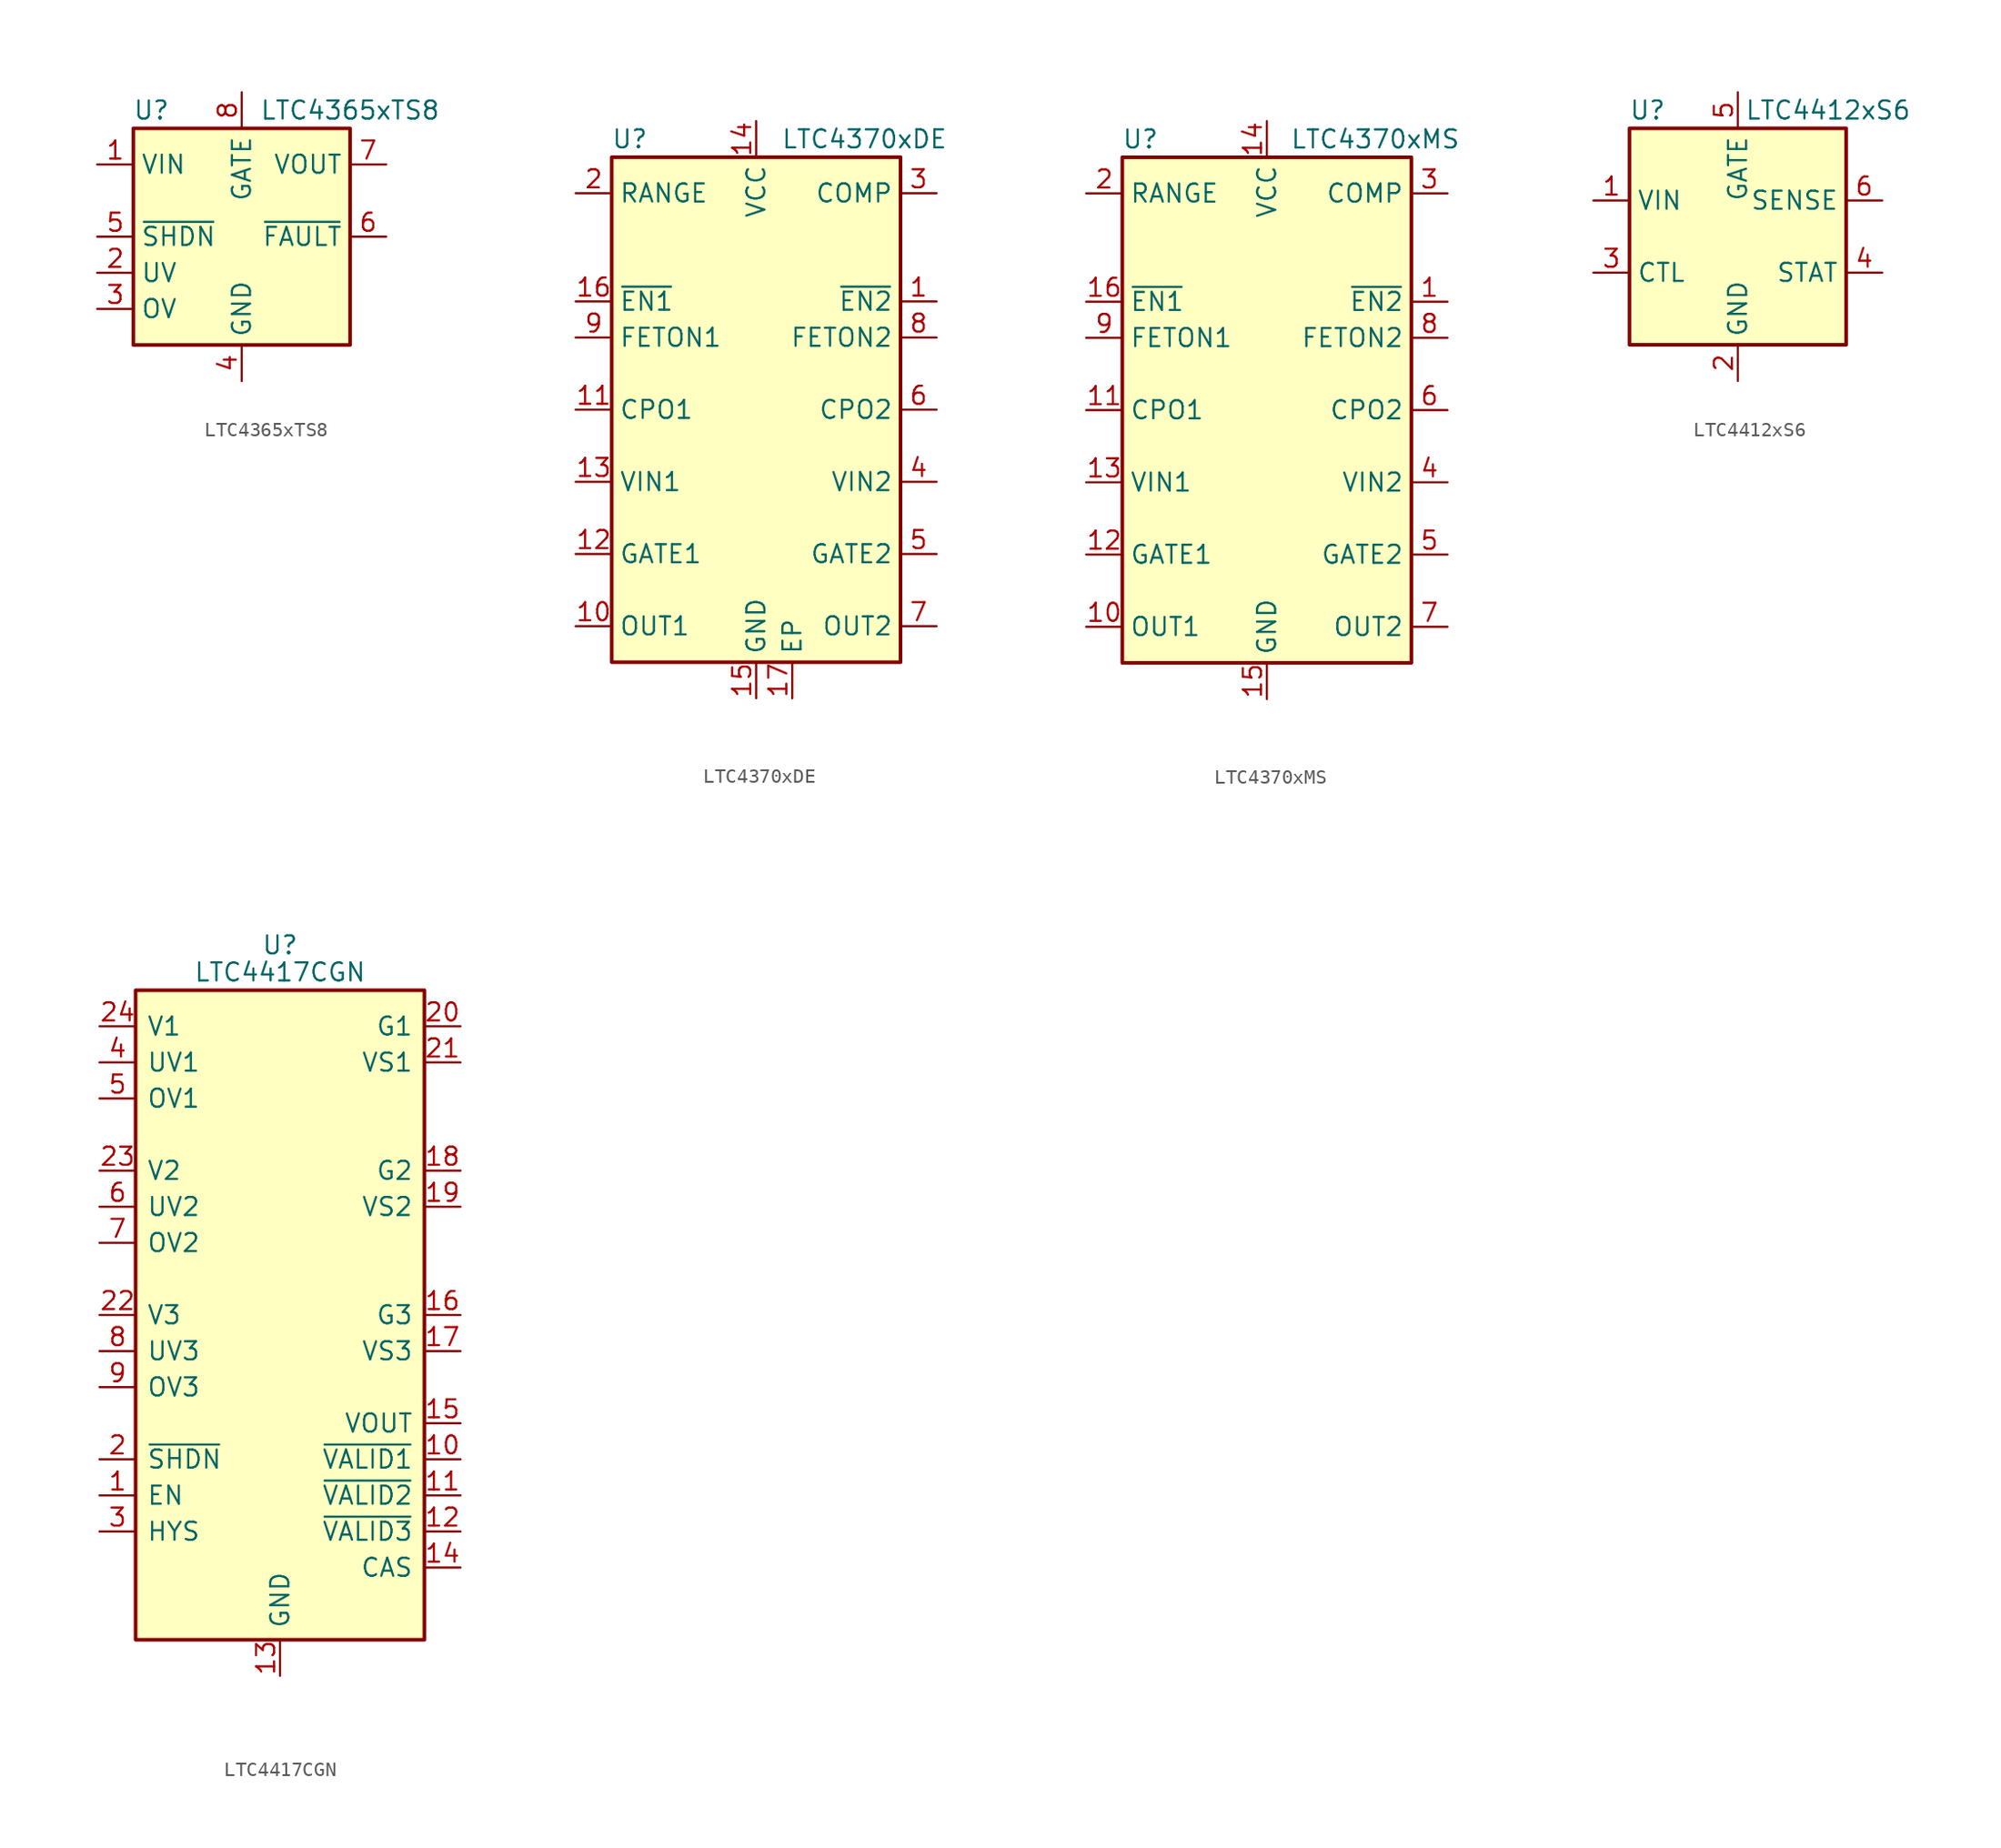
<source format=kicad_sym>
(kicad_symbol_lib
  (version 20201005)
  (generator kicad_symbol_editor)
  (symbol "Power_Management:LTC4365xTS8"
    (property "Reference" "U"
      (at -6.35 8.89 0)
      (effects (font (size 1.27 1.27))))
    (property "Value" "LTC4365xTS8"
      (at 7.62 8.89 0)
      (effects (font (size 1.27 1.27))))
    (symbol "LTC4365xTS8_0_1"
      (rectangle (start -7.62 7.62) (end 7.62 -7.62) (stroke (width 0.254)) (fill (type background))))
    (symbol "LTC4365xTS8_1_1"
      (pin power_in line (at -10.16 5.08 0) (length 2.54) (name "VIN" (effects (font (size 1.27 1.27)))) (number "1" (effects (font (size 1.27 1.27)))))
      (pin input line (at -10.16 -2.54 0) (length 2.54) (name "UV" (effects (font (size 1.27 1.27)))) (number "2" (effects (font (size 1.27 1.27)))))
      (pin input line (at -10.16 -5.08 0) (length 2.54) (name "OV" (effects (font (size 1.27 1.27)))) (number "3" (effects (font (size 1.27 1.27)))))
      (pin power_in line (at 0 -10.16 90) (length 2.54) (name "GND" (effects (font (size 1.27 1.27)))) (number "4" (effects (font (size 1.27 1.27)))))
      (pin input line (at -10.16 0 0) (length 2.54) (name "~SHDN" (effects (font (size 1.27 1.27)))) (number "5" (effects (font (size 1.27 1.27)))))
      (pin open_collector line (at 10.16 0 180) (length 2.54) (name "~FAULT" (effects (font (size 1.27 1.27)))) (number "6" (effects (font (size 1.27 1.27)))))
      (pin input line (at 10.16 5.08 180) (length 2.54) (name "VOUT" (effects (font (size 1.27 1.27)))) (number "7" (effects (font (size 1.27 1.27)))))
      (pin output line (at 0 10.16 270) (length 2.54) (name "GATE" (effects (font (size 1.27 1.27)))) (number "8" (effects (font (size 1.27 1.27)))))))
  (symbol "Power_Management:LTC4370xDE"
    (property "Reference" "U"
      (at -8.89 19.05 0)
      (effects (font (size 1.27 1.27))))
    (property "Value" "LTC4370xDE"
      (at 7.62 19.05 0)
      (effects (font (size 1.27 1.27))))
    (symbol "LTC4370xDE_0_1"
      (rectangle (start -10.16 17.78) (end 10.16 -17.78) (stroke (width 0.254)) (fill (type background))))
    (symbol "LTC4370xDE_1_1"
      (pin input line (at 12.7 7.62 180) (length 2.54) (name "~EN2" (effects (font (size 1.27 1.27)))) (number "1" (effects (font (size 1.27 1.27)))))
      (pin input line (at -12.7 -15.24 0) (length 2.54) (name "OUT1" (effects (font (size 1.27 1.27)))) (number "10" (effects (font (size 1.27 1.27)))))
      (pin passive line (at -12.7 0 0) (length 2.54) (name "CPO1" (effects (font (size 1.27 1.27)))) (number "11" (effects (font (size 1.27 1.27)))))
      (pin output line (at -12.7 -10.16 0) (length 2.54) (name "GATE1" (effects (font (size 1.27 1.27)))) (number "12" (effects (font (size 1.27 1.27)))))
      (pin power_in line (at -12.7 -5.08 0) (length 2.54) (name "VIN1" (effects (font (size 1.27 1.27)))) (number "13" (effects (font (size 1.27 1.27)))))
      (pin power_in line (at 0 20.32 270) (length 2.54) (name "VCC" (effects (font (size 1.27 1.27)))) (number "14" (effects (font (size 1.27 1.27)))))
      (pin power_in line (at 0 -20.32 90) (length 2.54) (name "GND" (effects (font (size 1.27 1.27)))) (number "15" (effects (font (size 1.27 1.27)))))
      (pin input line (at -12.7 7.62 0) (length 2.54) (name "~EN1" (effects (font (size 1.27 1.27)))) (number "16" (effects (font (size 1.27 1.27)))))
      (pin passive line (at 2.54 -20.32 90) (length 2.54) (name "EP" (effects (font (size 1.27 1.27)))) (number "17" (effects (font (size 1.27 1.27)))))
      (pin passive line (at -12.7 15.24 0) (length 2.54) (name "RANGE" (effects (font (size 1.27 1.27)))) (number "2" (effects (font (size 1.27 1.27)))))
      (pin passive line (at 12.7 15.24 180) (length 2.54) (name "COMP" (effects (font (size 1.27 1.27)))) (number "3" (effects (font (size 1.27 1.27)))))
      (pin power_in line (at 12.7 -5.08 180) (length 2.54) (name "VIN2" (effects (font (size 1.27 1.27)))) (number "4" (effects (font (size 1.27 1.27)))))
      (pin output line (at 12.7 -10.16 180) (length 2.54) (name "GATE2" (effects (font (size 1.27 1.27)))) (number "5" (effects (font (size 1.27 1.27)))))
      (pin passive line (at 12.7 0 180) (length 2.54) (name "CPO2" (effects (font (size 1.27 1.27)))) (number "6" (effects (font (size 1.27 1.27)))))
      (pin input line (at 12.7 -15.24 180) (length 2.54) (name "OUT2" (effects (font (size 1.27 1.27)))) (number "7" (effects (font (size 1.27 1.27)))))
      (pin open_collector line (at 12.7 5.08 180) (length 2.54) (name "FETON2" (effects (font (size 1.27 1.27)))) (number "8" (effects (font (size 1.27 1.27)))))
      (pin open_collector line (at -12.7 5.08 0) (length 2.54) (name "FETON1" (effects (font (size 1.27 1.27)))) (number "9" (effects (font (size 1.27 1.27)))))))
  (symbol "Power_Management:LTC4370xMS"
    (property "Reference" "U"
      (at -8.89 19.05 0)
      (effects (font (size 1.27 1.27))))
    (property "Value" "LTC4370xMS"
      (at 7.62 19.05 0)
      (effects (font (size 1.27 1.27))))
    (symbol "LTC4370xMS_1_1"
      (rectangle (start -10.16 17.78) (end 10.16 -17.78) (stroke (width 0.254)) (fill (type background)))
      (pin input line (at 12.7 7.62 180) (length 2.54) (name "~EN2" (effects (font (size 1.27 1.27)))) (number "1" (effects (font (size 1.27 1.27)))))
      (pin input line (at -12.7 -15.24 0) (length 2.54) (name "OUT1" (effects (font (size 1.27 1.27)))) (number "10" (effects (font (size 1.27 1.27)))))
      (pin passive line (at -12.7 0 0) (length 2.54) (name "CPO1" (effects (font (size 1.27 1.27)))) (number "11" (effects (font (size 1.27 1.27)))))
      (pin output line (at -12.7 -10.16 0) (length 2.54) (name "GATE1" (effects (font (size 1.27 1.27)))) (number "12" (effects (font (size 1.27 1.27)))))
      (pin power_in line (at -12.7 -5.08 0) (length 2.54) (name "VIN1" (effects (font (size 1.27 1.27)))) (number "13" (effects (font (size 1.27 1.27)))))
      (pin power_in line (at 0 20.32 270) (length 2.54) (name "VCC" (effects (font (size 1.27 1.27)))) (number "14" (effects (font (size 1.27 1.27)))))
      (pin power_in line (at 0 -20.32 90) (length 2.54) (name "GND" (effects (font (size 1.27 1.27)))) (number "15" (effects (font (size 1.27 1.27)))))
      (pin input line (at -12.7 7.62 0) (length 2.54) (name "~EN1" (effects (font (size 1.27 1.27)))) (number "16" (effects (font (size 1.27 1.27)))))
      (pin passive line (at -12.7 15.24 0) (length 2.54) (name "RANGE" (effects (font (size 1.27 1.27)))) (number "2" (effects (font (size 1.27 1.27)))))
      (pin passive line (at 12.7 15.24 180) (length 2.54) (name "COMP" (effects (font (size 1.27 1.27)))) (number "3" (effects (font (size 1.27 1.27)))))
      (pin power_in line (at 12.7 -5.08 180) (length 2.54) (name "VIN2" (effects (font (size 1.27 1.27)))) (number "4" (effects (font (size 1.27 1.27)))))
      (pin output line (at 12.7 -10.16 180) (length 2.54) (name "GATE2" (effects (font (size 1.27 1.27)))) (number "5" (effects (font (size 1.27 1.27)))))
      (pin passive line (at 12.7 0 180) (length 2.54) (name "CPO2" (effects (font (size 1.27 1.27)))) (number "6" (effects (font (size 1.27 1.27)))))
      (pin input line (at 12.7 -15.24 180) (length 2.54) (name "OUT2" (effects (font (size 1.27 1.27)))) (number "7" (effects (font (size 1.27 1.27)))))
      (pin open_collector line (at 12.7 5.08 180) (length 2.54) (name "FETON2" (effects (font (size 1.27 1.27)))) (number "8" (effects (font (size 1.27 1.27)))))
      (pin open_collector line (at -12.7 5.08 0) (length 2.54) (name "FETON1" (effects (font (size 1.27 1.27)))) (number "9" (effects (font (size 1.27 1.27)))))))
  (symbol "Power_Management:LTC4412xS6"
    (property "Reference" "U"
      (at -6.35 8.89 0)
      (effects (font (size 1.27 1.27))))
    (property "Value" "LTC4412xS6"
      (at 6.35 8.89 0)
      (effects (font (size 1.27 1.27))))
    (symbol "LTC4412xS6_0_1"
      (rectangle (start -7.62 7.62) (end 7.62 -7.62) (stroke (width 0.254)) (fill (type background))))
    (symbol "LTC4412xS6_1_1"
      (pin power_in line (at -10.16 2.54 0) (length 2.54) (name "VIN" (effects (font (size 1.27 1.27)))) (number "1" (effects (font (size 1.27 1.27)))))
      (pin power_in line (at 0 -10.16 90) (length 2.54) (name "GND" (effects (font (size 1.27 1.27)))) (number "2" (effects (font (size 1.27 1.27)))))
      (pin input line (at -10.16 -2.54 0) (length 2.54) (name "CTL" (effects (font (size 1.27 1.27)))) (number "3" (effects (font (size 1.27 1.27)))))
      (pin open_collector line (at 10.16 -2.54 180) (length 2.54) (name "STAT" (effects (font (size 1.27 1.27)))) (number "4" (effects (font (size 1.27 1.27)))))
      (pin output line (at 0 10.16 270) (length 2.54) (name "GATE" (effects (font (size 1.27 1.27)))) (number "5" (effects (font (size 1.27 1.27)))))
      (pin input line (at 10.16 2.54 180) (length 2.54) (name "SENSE" (effects (font (size 1.27 1.27)))) (number "6" (effects (font (size 1.27 1.27)))))))
  (symbol "Power_Management:LTC4417CGN"
    (pin_names
      (offset 0.762))
    (property "Reference" "U"
      (at 0 26.035 0)
      (effects (font (size 1.27 1.27))))
    (property "Value" "LTC4417CGN"
      (at 0 24.13 0)
      (effects (font (size 1.27 1.27))))
    (symbol "LTC4417CGN_0_1"
      (rectangle (start -10.16 22.86) (end 10.16 -22.86) (stroke (width 0.254)) (fill (type background))))
    (symbol "LTC4417CGN_1_1"
      (pin input line (at -12.7 -12.7 0) (length 2.54) (name "EN" (effects (font (size 1.27 1.27)))) (number "1" (effects (font (size 1.27 1.27)))))
      (pin open_collector line (at 12.7 -10.16 180) (length 2.54) (name "~VALID1" (effects (font (size 1.27 1.27)))) (number "10" (effects (font (size 1.27 1.27)))))
      (pin open_collector line (at 12.7 -12.7 180) (length 2.54) (name "~VALID2" (effects (font (size 1.27 1.27)))) (number "11" (effects (font (size 1.27 1.27)))))
      (pin open_collector line (at 12.7 -15.24 180) (length 2.54) (name "~VALID3" (effects (font (size 1.27 1.27)))) (number "12" (effects (font (size 1.27 1.27)))))
      (pin power_in line (at 0 -25.4 90) (length 2.54) (name "GND" (effects (font (size 1.27 1.27)))) (number "13" (effects (font (size 1.27 1.27)))))
      (pin output line (at 12.7 -17.78 180) (length 2.54) (name "CAS" (effects (font (size 1.27 1.27)))) (number "14" (effects (font (size 1.27 1.27)))))
      (pin output line (at 12.7 -7.62 180) (length 2.54) (name "VOUT" (effects (font (size 1.27 1.27)))) (number "15" (effects (font (size 1.27 1.27)))))
      (pin output line (at 12.7 0 180) (length 2.54) (name "G3" (effects (font (size 1.27 1.27)))) (number "16" (effects (font (size 1.27 1.27)))))
      (pin output line (at 12.7 -2.54 180) (length 2.54) (name "VS3" (effects (font (size 1.27 1.27)))) (number "17" (effects (font (size 1.27 1.27)))))
      (pin output line (at 12.7 10.16 180) (length 2.54) (name "G2" (effects (font (size 1.27 1.27)))) (number "18" (effects (font (size 1.27 1.27)))))
      (pin output line (at 12.7 7.62 180) (length 2.54) (name "VS2" (effects (font (size 1.27 1.27)))) (number "19" (effects (font (size 1.27 1.27)))))
      (pin input line (at -12.7 -10.16 0) (length 2.54) (name "~SHDN" (effects (font (size 1.27 1.27)))) (number "2" (effects (font (size 1.27 1.27)))))
      (pin output line (at 12.7 20.32 180) (length 2.54) (name "G1" (effects (font (size 1.27 1.27)))) (number "20" (effects (font (size 1.27 1.27)))))
      (pin output line (at 12.7 17.78 180) (length 2.54) (name "VS1" (effects (font (size 1.27 1.27)))) (number "21" (effects (font (size 1.27 1.27)))))
      (pin input line (at -12.7 0 0) (length 2.54) (name "V3" (effects (font (size 1.27 1.27)))) (number "22" (effects (font (size 1.27 1.27)))))
      (pin input line (at -12.7 10.16 0) (length 2.54) (name "V2" (effects (font (size 1.27 1.27)))) (number "23" (effects (font (size 1.27 1.27)))))
      (pin input line (at -12.7 20.32 0) (length 2.54) (name "V1" (effects (font (size 1.27 1.27)))) (number "24" (effects (font (size 1.27 1.27)))))
      (pin input line (at -12.7 -15.24 0) (length 2.54) (name "HYS" (effects (font (size 1.27 1.27)))) (number "3" (effects (font (size 1.27 1.27)))))
      (pin input line (at -12.7 17.78 0) (length 2.54) (name "UV1" (effects (font (size 1.27 1.27)))) (number "4" (effects (font (size 1.27 1.27)))))
      (pin input line (at -12.7 15.24 0) (length 2.54) (name "OV1" (effects (font (size 1.27 1.27)))) (number "5" (effects (font (size 1.27 1.27)))))
      (pin input line (at -12.7 7.62 0) (length 2.54) (name "UV2" (effects (font (size 1.27 1.27)))) (number "6" (effects (font (size 1.27 1.27)))))
      (pin input line (at -12.7 5.08 0) (length 2.54) (name "OV2" (effects (font (size 1.27 1.27)))) (number "7" (effects (font (size 1.27 1.27)))))
      (pin input line (at -12.7 -2.54 0) (length 2.54) (name "UV3" (effects (font (size 1.27 1.27)))) (number "8" (effects (font (size 1.27 1.27)))))
      (pin input line (at -12.7 -5.08 0) (length 2.54) (name "OV3" (effects (font (size 1.27 1.27)))) (number "9" (effects (font (size 1.27 1.27))))))))
</source>
